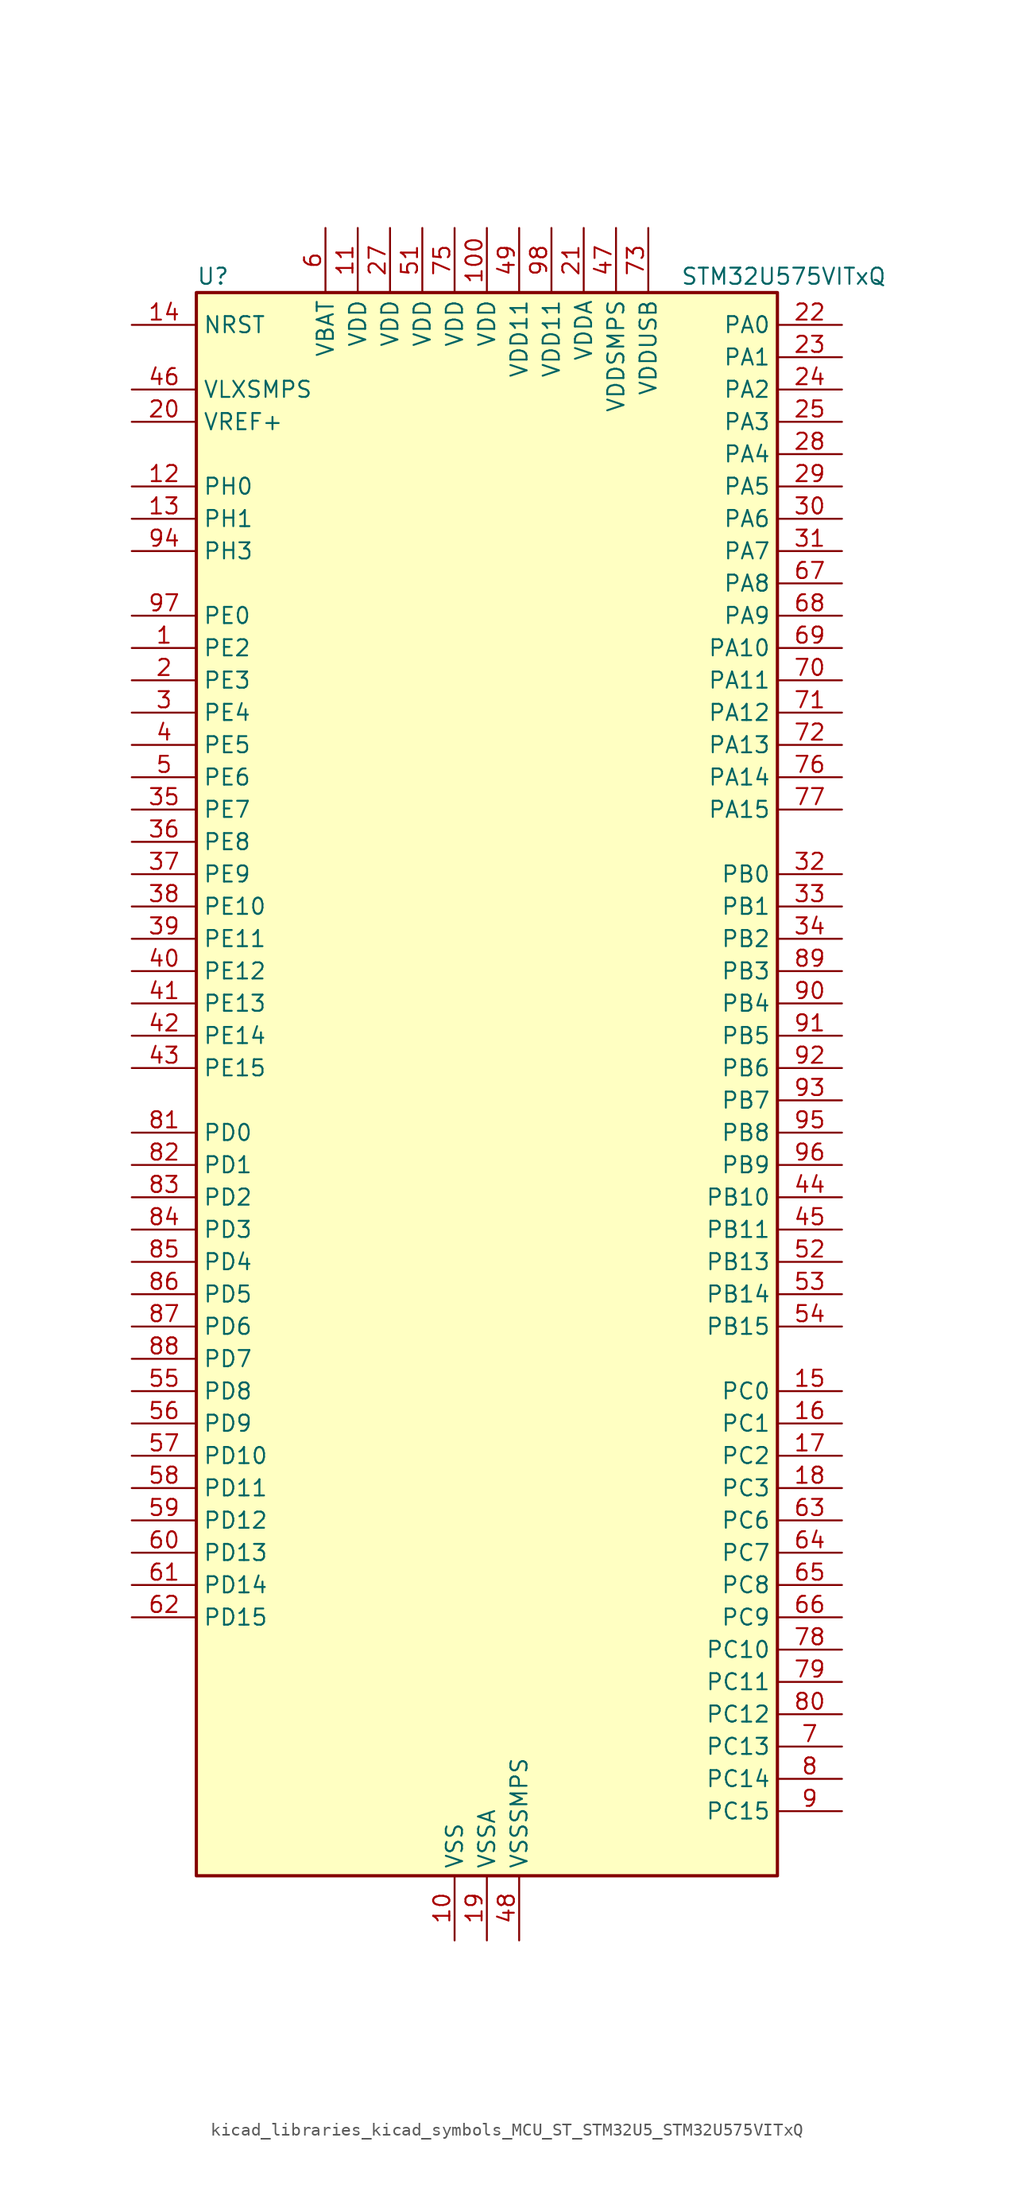
<source format=kicad_sym>
(kicad_symbol_lib
  (version 20220914)
  (generator kicad_symbol_editor)
  (symbol "kicad_libraries_kicad_symbols_MCU_ST_STM32U5_STM32U575VITxQ"
    (property "Reference" "U"
      (at -22.86 64.77 0)
      (effects (font (size 1.27 1.27)) (justify left)))
    (property "Value" "STM32U575VITxQ"
      (at 15.24 64.77 0)
      (effects (font (size 1.27 1.27)) (justify left)))
    (property "ki_locked" ""
      (at 0 0 0)
      (effects (font (size 1.27 1.27))))
    (symbol "kicad_libraries_kicad_symbols_MCU_ST_STM32U5_STM32U575VITxQ_0_1"
      (rectangle (start -22.86 -60.96) (end 22.86 63.5) (stroke (width 0.254) (type default)) (fill (type background))))
    (symbol "kicad_libraries_kicad_symbols_MCU_ST_STM32U5_STM32U575VITxQ_1_1"
      (pin bidirectional line (at -27.94 35.56 0) (length 5.08) (name "PE2" (effects (font (size 1.27 1.27)))) (number "1" (effects (font (size 1.27 1.27)))) (alternate "DEBUG_TRACECLK" bidirectional line) (alternate "FMC_A23" bidirectional line) (alternate "SAI1_CK1" bidirectional line) (alternate "SAI1_MCLK_A" bidirectional line) (alternate "TIM3_ETR" bidirectional line) (alternate "TSC_G7_IO1" bidirectional line))
      (pin power_in line (at -2.54 -66.04 90) (length 5.08) (name "VSS" (effects (font (size 1.27 1.27)))) (number "10" (effects (font (size 1.27 1.27)))))
      (pin power_in line (at 0 68.58 270) (length 5.08) (name "VDD" (effects (font (size 1.27 1.27)))) (number "100" (effects (font (size 1.27 1.27)))))
      (pin power_in line (at -10.16 68.58 270) (length 5.08) (name "VDD" (effects (font (size 1.27 1.27)))) (number "11" (effects (font (size 1.27 1.27)))))
      (pin bidirectional line (at -27.94 48.26 0) (length 5.08) (name "PH0" (effects (font (size 1.27 1.27)))) (number "12" (effects (font (size 1.27 1.27)))) (alternate "RCC_OSC_IN" bidirectional line))
      (pin bidirectional line (at -27.94 45.72 0) (length 5.08) (name "PH1" (effects (font (size 1.27 1.27)))) (number "13" (effects (font (size 1.27 1.27)))) (alternate "RCC_OSC_OUT" bidirectional line))
      (pin input line (at -27.94 60.96 0) (length 5.08) (name "NRST" (effects (font (size 1.27 1.27)))) (number "14" (effects (font (size 1.27 1.27)))))
      (pin bidirectional line (at 27.94 -22.86 180) (length 5.08) (name "PC0" (effects (font (size 1.27 1.27)))) (number "15" (effects (font (size 1.27 1.27)))) (alternate "ADC1_IN1" bidirectional line) (alternate "ADC4_IN1" bidirectional line) (alternate "I2C3_SCL" bidirectional line) (alternate "LPTIM1_IN1" bidirectional line) (alternate "LPTIM2_IN1" bidirectional line) (alternate "LPUART1_RX" bidirectional line) (alternate "MDF1_SDI4" bidirectional line) (alternate "OCTOSPIM_P1_IO7" bidirectional line) (alternate "SAI2_FS_A" bidirectional line) (alternate "SDMMC1_D5" bidirectional line) (alternate "SPI2_RDY" bidirectional line))
      (pin bidirectional line (at 27.94 -25.4 180) (length 5.08) (name "PC1" (effects (font (size 1.27 1.27)))) (number "16" (effects (font (size 1.27 1.27)))) (alternate "ADC1_IN2" bidirectional line) (alternate "ADC4_IN2" bidirectional line) (alternate "DEBUG_TRACED0" bidirectional line) (alternate "I2C3_SDA" bidirectional line) (alternate "LPTIM1_CH1" bidirectional line) (alternate "LPUART1_TX" bidirectional line) (alternate "MDF1_CKI4" bidirectional line) (alternate "OCTOSPIM_P1_IO4" bidirectional line) (alternate "SAI1_SD_A" bidirectional line) (alternate "SDMMC2_CK" bidirectional line) (alternate "SPI2_MOSI" bidirectional line))
      (pin bidirectional line (at 27.94 -27.94 180) (length 5.08) (name "PC2" (effects (font (size 1.27 1.27)))) (number "17" (effects (font (size 1.27 1.27)))) (alternate "ADC1_IN3" bidirectional line) (alternate "ADC4_IN3" bidirectional line) (alternate "LPTIM1_IN2" bidirectional line) (alternate "MDF1_CCK1" bidirectional line) (alternate "OCTOSPIM_P1_IO5" bidirectional line) (alternate "SPI2_MISO" bidirectional line))
      (pin bidirectional line (at 27.94 -30.48 180) (length 5.08) (name "PC3" (effects (font (size 1.27 1.27)))) (number "18" (effects (font (size 1.27 1.27)))) (alternate "ADC1_IN4" bidirectional line) (alternate "ADC4_IN4" bidirectional line) (alternate "LPTIM1_ETR" bidirectional line) (alternate "LPTIM2_ETR" bidirectional line) (alternate "LPTIM3_CH1" bidirectional line) (alternate "OCTOSPIM_P1_IO6" bidirectional line) (alternate "SAI1_D1" bidirectional line) (alternate "SAI1_SD_A" bidirectional line) (alternate "SPI2_MOSI" bidirectional line))
      (pin power_in line (at 0 -66.04 90) (length 5.08) (name "VSSA" (effects (font (size 1.27 1.27)))) (number "19" (effects (font (size 1.27 1.27)))))
      (pin bidirectional line (at -27.94 33.02 0) (length 5.08) (name "PE3" (effects (font (size 1.27 1.27)))) (number "2" (effects (font (size 1.27 1.27)))) (alternate "DEBUG_TRACED0" bidirectional line) (alternate "FMC_A19" bidirectional line) (alternate "OCTOSPIM_P1_DQS" bidirectional line) (alternate "SAI1_SD_B" bidirectional line) (alternate "TAMP_IN6" bidirectional line) (alternate "TAMP_OUT3" bidirectional line) (alternate "TIM3_CH1" bidirectional line) (alternate "TSC_G7_IO2" bidirectional line))
      (pin input line (at -27.94 53.34 0) (length 5.08) (name "VREF+" (effects (font (size 1.27 1.27)))) (number "20" (effects (font (size 1.27 1.27)))) (alternate "VREFBUF_OUT" bidirectional line))
      (pin power_in line (at 7.62 68.58 270) (length 5.08) (name "VDDA" (effects (font (size 1.27 1.27)))) (number "21" (effects (font (size 1.27 1.27)))))
      (pin bidirectional line (at 27.94 60.96 180) (length 5.08) (name "PA0" (effects (font (size 1.27 1.27)))) (number "22" (effects (font (size 1.27 1.27)))) (alternate "ADC1_IN5" bidirectional line) (alternate "AUDIOCLK" bidirectional line) (alternate "OCTOSPIM_P2_NCS" bidirectional line) (alternate "OPAMP1_VINP" bidirectional line) (alternate "PWR_WKUP1" bidirectional line) (alternate "SDMMC2_CMD" bidirectional line) (alternate "SPI3_RDY" bidirectional line) (alternate "TAMP_IN2" bidirectional line) (alternate "TAMP_OUT1" bidirectional line) (alternate "TIM2_CH1" bidirectional line) (alternate "TIM2_ETR" bidirectional line) (alternate "TIM5_CH1" bidirectional line) (alternate "TIM8_ETR" bidirectional line) (alternate "UART4_TX" bidirectional line) (alternate "USART2_CTS" bidirectional line))
      (pin bidirectional line (at 27.94 58.42 180) (length 5.08) (name "PA1" (effects (font (size 1.27 1.27)))) (number "23" (effects (font (size 1.27 1.27)))) (alternate "ADC1_IN6" bidirectional line) (alternate "I2C1_SMBA" bidirectional line) (alternate "LPTIM1_CH2" bidirectional line) (alternate "OCTOSPIM_P1_DQS" bidirectional line) (alternate "OPAMP1_VINM" bidirectional line) (alternate "PWR_WKUP3" bidirectional line) (alternate "SPI1_SCK" bidirectional line) (alternate "TAMP_IN5" bidirectional line) (alternate "TAMP_OUT4" bidirectional line) (alternate "TIM15_CH1N" bidirectional line) (alternate "TIM2_CH2" bidirectional line) (alternate "TIM5_CH2" bidirectional line) (alternate "UART4_RX" bidirectional line) (alternate "USART2_DE" bidirectional line) (alternate "USART2_RTS" bidirectional line))
      (pin bidirectional line (at 27.94 55.88 180) (length 5.08) (name "PA2" (effects (font (size 1.27 1.27)))) (number "24" (effects (font (size 1.27 1.27)))) (alternate "ADC1_IN7" bidirectional line) (alternate "COMP1_INP" bidirectional line) (alternate "LPUART1_TX" bidirectional line) (alternate "OCTOSPIM_P1_NCS" bidirectional line) (alternate "PWR_WKUP4" bidirectional line) (alternate "RCC_LSCO" bidirectional line) (alternate "SPI1_RDY" bidirectional line) (alternate "TIM15_CH1" bidirectional line) (alternate "TIM2_CH3" bidirectional line) (alternate "TIM5_CH3" bidirectional line) (alternate "UCPD1_FRSTX1" bidirectional line) (alternate "USART2_TX" bidirectional line))
      (pin bidirectional line (at 27.94 53.34 180) (length 5.08) (name "PA3" (effects (font (size 1.27 1.27)))) (number "25" (effects (font (size 1.27 1.27)))) (alternate "ADC1_IN8" bidirectional line) (alternate "LPUART1_RX" bidirectional line) (alternate "OCTOSPIM_P1_CLK" bidirectional line) (alternate "OPAMP1_VOUT" bidirectional line) (alternate "PWR_WKUP5" bidirectional line) (alternate "SAI1_CK1" bidirectional line) (alternate "SAI1_MCLK_A" bidirectional line) (alternate "TIM15_CH2" bidirectional line) (alternate "TIM2_CH4" bidirectional line) (alternate "TIM5_CH4" bidirectional line) (alternate "USART2_RX" bidirectional line))
      (pin passive line (at -2.54 -66.04 90) (length 5.08) hide (name "VSS" (effects (font (size 1.27 1.27)))) (number "26" (effects (font (size 1.27 1.27)))))
      (pin power_in line (at -7.62 68.58 270) (length 5.08) (name "VDD" (effects (font (size 1.27 1.27)))) (number "27" (effects (font (size 1.27 1.27)))))
      (pin bidirectional line (at 27.94 50.8 180) (length 5.08) (name "PA4" (effects (font (size 1.27 1.27)))) (number "28" (effects (font (size 1.27 1.27)))) (alternate "ADC1_IN9" bidirectional line) (alternate "ADC4_IN9" bidirectional line) (alternate "DAC1_OUT1" bidirectional line) (alternate "DCMI_HSYNC" bidirectional line) (alternate "LPTIM2_CH1" bidirectional line) (alternate "OCTOSPIM_P1_NCS" bidirectional line) (alternate "PSSI_DE" bidirectional line) (alternate "PWR_WKUP2" bidirectional line) (alternate "SAI1_FS_B" bidirectional line) (alternate "SPI1_NSS" bidirectional line) (alternate "SPI3_NSS" bidirectional line) (alternate "USART2_CK" bidirectional line))
      (pin bidirectional line (at 27.94 48.26 180) (length 5.08) (name "PA5" (effects (font (size 1.27 1.27)))) (number "29" (effects (font (size 1.27 1.27)))) (alternate "ADC1_IN10" bidirectional line) (alternate "ADC4_IN10" bidirectional line) (alternate "DAC1_OUT2" bidirectional line) (alternate "LPTIM2_ETR" bidirectional line) (alternate "PSSI_D14" bidirectional line) (alternate "PWR_CSLEEP" bidirectional line) (alternate "PWR_WKUP6" bidirectional line) (alternate "SPI1_SCK" bidirectional line) (alternate "TIM2_CH1" bidirectional line) (alternate "TIM2_ETR" bidirectional line) (alternate "TIM8_CH1N" bidirectional line) (alternate "USART3_RX" bidirectional line))
      (pin bidirectional line (at -27.94 30.48 0) (length 5.08) (name "PE4" (effects (font (size 1.27 1.27)))) (number "3" (effects (font (size 1.27 1.27)))) (alternate "DCMI_D4" bidirectional line) (alternate "DEBUG_TRACED1" bidirectional line) (alternate "FMC_A20" bidirectional line) (alternate "MDF1_SDI3" bidirectional line) (alternate "PSSI_D4" bidirectional line) (alternate "PWR_WKUP1" bidirectional line) (alternate "SAI1_D2" bidirectional line) (alternate "SAI1_FS_A" bidirectional line) (alternate "TAMP_IN7" bidirectional line) (alternate "TAMP_OUT8" bidirectional line) (alternate "TIM3_CH2" bidirectional line) (alternate "TSC_G7_IO3" bidirectional line))
      (pin bidirectional line (at 27.94 45.72 180) (length 5.08) (name "PA6" (effects (font (size 1.27 1.27)))) (number "30" (effects (font (size 1.27 1.27)))) (alternate "ADC1_IN11" bidirectional line) (alternate "ADC4_IN11" bidirectional line) (alternate "DCMI_PIXCLK" bidirectional line) (alternate "LPUART1_CTS" bidirectional line) (alternate "OCTOSPIM_P1_IO3" bidirectional line) (alternate "OPAMP2_VINP" bidirectional line) (alternate "PSSI_PDCK" bidirectional line) (alternate "PWR_CDSTOP" bidirectional line) (alternate "PWR_WKUP7" bidirectional line) (alternate "SPI1_MISO" bidirectional line) (alternate "TIM16_CH1" bidirectional line) (alternate "TIM1_BKIN" bidirectional line) (alternate "TIM3_CH1" bidirectional line) (alternate "TIM8_BKIN" bidirectional line) (alternate "USART3_CTS" bidirectional line))
      (pin bidirectional line (at 27.94 43.18 180) (length 5.08) (name "PA7" (effects (font (size 1.27 1.27)))) (number "31" (effects (font (size 1.27 1.27)))) (alternate "ADC1_IN12" bidirectional line) (alternate "ADC4_IN20" bidirectional line) (alternate "I2C3_SCL" bidirectional line) (alternate "LPTIM2_CH2" bidirectional line) (alternate "OCTOSPIM_P1_IO2" bidirectional line) (alternate "OPAMP2_VINM" bidirectional line) (alternate "PWR_SRDSTOP" bidirectional line) (alternate "PWR_WKUP8" bidirectional line) (alternate "SPI1_MOSI" bidirectional line) (alternate "TIM17_CH1" bidirectional line) (alternate "TIM1_CH1N" bidirectional line) (alternate "TIM3_CH2" bidirectional line) (alternate "TIM8_CH1N" bidirectional line) (alternate "USART3_TX" bidirectional line))
      (pin bidirectional line (at 27.94 17.78 180) (length 5.08) (name "PB0" (effects (font (size 1.27 1.27)))) (number "32" (effects (font (size 1.27 1.27)))) (alternate "ADC1_IN15" bidirectional line) (alternate "ADC4_IN18" bidirectional line) (alternate "AUDIOCLK" bidirectional line) (alternate "COMP1_OUT" bidirectional line) (alternate "LPTIM3_CH1" bidirectional line) (alternate "OCTOSPIM_P1_IO1" bidirectional line) (alternate "OPAMP2_VOUT" bidirectional line) (alternate "SPI1_NSS" bidirectional line) (alternate "TIM1_CH2N" bidirectional line) (alternate "TIM3_CH3" bidirectional line) (alternate "TIM8_CH2N" bidirectional line) (alternate "USART3_CK" bidirectional line))
      (pin bidirectional line (at 27.94 15.24 180) (length 5.08) (name "PB1" (effects (font (size 1.27 1.27)))) (number "33" (effects (font (size 1.27 1.27)))) (alternate "ADC1_IN16" bidirectional line) (alternate "ADC4_IN19" bidirectional line) (alternate "COMP1_INM" bidirectional line) (alternate "LPTIM2_IN1" bidirectional line) (alternate "LPTIM3_CH2" bidirectional line) (alternate "LPUART1_DE" bidirectional line) (alternate "LPUART1_RTS" bidirectional line) (alternate "MDF1_SDI0" bidirectional line) (alternate "OCTOSPIM_P1_IO0" bidirectional line) (alternate "PWR_WKUP4" bidirectional line) (alternate "TIM1_CH3N" bidirectional line) (alternate "TIM3_CH4" bidirectional line) (alternate "TIM8_CH3N" bidirectional line) (alternate "USART3_DE" bidirectional line) (alternate "USART3_RTS" bidirectional line))
      (pin bidirectional line (at 27.94 12.7 180) (length 5.08) (name "PB2" (effects (font (size 1.27 1.27)))) (number "34" (effects (font (size 1.27 1.27)))) (alternate "ADC1_IN17" bidirectional line) (alternate "COMP1_INP" bidirectional line) (alternate "I2C3_SMBA" bidirectional line) (alternate "LPTIM1_CH1" bidirectional line) (alternate "MDF1_CKI0" bidirectional line) (alternate "OCTOSPIM_P1_DQS" bidirectional line) (alternate "PWR_WKUP1" bidirectional line) (alternate "RTC_OUT2" bidirectional line) (alternate "SPI1_RDY" bidirectional line) (alternate "TIM8_CH4N" bidirectional line) (alternate "UCPD1_FRSTX1" bidirectional line))
      (pin bidirectional line (at -27.94 22.86 0) (length 5.08) (name "PE7" (effects (font (size 1.27 1.27)))) (number "35" (effects (font (size 1.27 1.27)))) (alternate "FMC_D4" bidirectional line) (alternate "FMC_DA4" bidirectional line) (alternate "MDF1_SDI2" bidirectional line) (alternate "PWR_WKUP6" bidirectional line) (alternate "SAI1_SD_B" bidirectional line) (alternate "TIM1_ETR" bidirectional line))
      (pin bidirectional line (at -27.94 20.32 0) (length 5.08) (name "PE8" (effects (font (size 1.27 1.27)))) (number "36" (effects (font (size 1.27 1.27)))) (alternate "FMC_D5" bidirectional line) (alternate "FMC_DA5" bidirectional line) (alternate "MDF1_CKI2" bidirectional line) (alternate "PWR_WKUP7" bidirectional line) (alternate "SAI1_SCK_B" bidirectional line) (alternate "TIM1_CH1N" bidirectional line))
      (pin bidirectional line (at -27.94 17.78 0) (length 5.08) (name "PE9" (effects (font (size 1.27 1.27)))) (number "37" (effects (font (size 1.27 1.27)))) (alternate "ADF1_CCK0" bidirectional line) (alternate "DAC1_EXTI9" bidirectional line) (alternate "FMC_D6" bidirectional line) (alternate "FMC_DA6" bidirectional line) (alternate "MDF1_CCK0" bidirectional line) (alternate "OCTOSPIM_P1_NCLK" bidirectional line) (alternate "SAI1_FS_B" bidirectional line) (alternate "TIM1_CH1" bidirectional line))
      (pin bidirectional line (at -27.94 15.24 0) (length 5.08) (name "PE10" (effects (font (size 1.27 1.27)))) (number "38" (effects (font (size 1.27 1.27)))) (alternate "ADF1_SDI0" bidirectional line) (alternate "FMC_D7" bidirectional line) (alternate "FMC_DA7" bidirectional line) (alternate "MDF1_SDI4" bidirectional line) (alternate "OCTOSPIM_P1_CLK" bidirectional line) (alternate "SAI1_MCLK_B" bidirectional line) (alternate "TIM1_CH2N" bidirectional line) (alternate "TSC_G5_IO1" bidirectional line))
      (pin bidirectional line (at -27.94 12.7 0) (length 5.08) (name "PE11" (effects (font (size 1.27 1.27)))) (number "39" (effects (font (size 1.27 1.27)))) (alternate "ADC1_EXTI11" bidirectional line) (alternate "FMC_D8" bidirectional line) (alternate "FMC_DA8" bidirectional line) (alternate "MDF1_CKI4" bidirectional line) (alternate "OCTOSPIM_P1_NCS" bidirectional line) (alternate "SPI1_RDY" bidirectional line) (alternate "TIM1_CH2" bidirectional line) (alternate "TSC_G5_IO2" bidirectional line))
      (pin bidirectional line (at -27.94 27.94 0) (length 5.08) (name "PE5" (effects (font (size 1.27 1.27)))) (number "4" (effects (font (size 1.27 1.27)))) (alternate "DCMI_D6" bidirectional line) (alternate "DEBUG_TRACED2" bidirectional line) (alternate "FMC_A21" bidirectional line) (alternate "MDF1_CKI3" bidirectional line) (alternate "PSSI_D6" bidirectional line) (alternate "PWR_WKUP2" bidirectional line) (alternate "SAI1_CK2" bidirectional line) (alternate "SAI1_SCK_A" bidirectional line) (alternate "TAMP_IN8" bidirectional line) (alternate "TAMP_OUT7" bidirectional line) (alternate "TIM3_CH3" bidirectional line) (alternate "TSC_G7_IO4" bidirectional line))
      (pin bidirectional line (at -27.94 10.16 0) (length 5.08) (name "PE12" (effects (font (size 1.27 1.27)))) (number "40" (effects (font (size 1.27 1.27)))) (alternate "FMC_D9" bidirectional line) (alternate "FMC_DA9" bidirectional line) (alternate "MDF1_SDI5" bidirectional line) (alternate "OCTOSPIM_P1_IO0" bidirectional line) (alternate "SPI1_NSS" bidirectional line) (alternate "TIM1_CH3N" bidirectional line) (alternate "TSC_G5_IO3" bidirectional line))
      (pin bidirectional line (at -27.94 7.62 0) (length 5.08) (name "PE13" (effects (font (size 1.27 1.27)))) (number "41" (effects (font (size 1.27 1.27)))) (alternate "FMC_D10" bidirectional line) (alternate "FMC_DA10" bidirectional line) (alternate "MDF1_CKI5" bidirectional line) (alternate "OCTOSPIM_P1_IO1" bidirectional line) (alternate "SPI1_SCK" bidirectional line) (alternate "TIM1_CH3" bidirectional line) (alternate "TSC_G5_IO4" bidirectional line))
      (pin bidirectional line (at -27.94 5.08 0) (length 5.08) (name "PE14" (effects (font (size 1.27 1.27)))) (number "42" (effects (font (size 1.27 1.27)))) (alternate "FMC_D11" bidirectional line) (alternate "FMC_DA11" bidirectional line) (alternate "OCTOSPIM_P1_IO2" bidirectional line) (alternate "SPI1_MISO" bidirectional line) (alternate "TIM1_BKIN2" bidirectional line) (alternate "TIM1_CH4" bidirectional line))
      (pin bidirectional line (at -27.94 2.54 0) (length 5.08) (name "PE15" (effects (font (size 1.27 1.27)))) (number "43" (effects (font (size 1.27 1.27)))) (alternate "ADC1_EXTI15" bidirectional line) (alternate "ADC4_EXTI15" bidirectional line) (alternate "FMC_D12" bidirectional line) (alternate "FMC_DA12" bidirectional line) (alternate "OCTOSPIM_P1_IO3" bidirectional line) (alternate "SPI1_MOSI" bidirectional line) (alternate "TIM1_BKIN" bidirectional line) (alternate "TIM1_CH4N" bidirectional line))
      (pin bidirectional line (at 27.94 -7.62 180) (length 5.08) (name "PB10" (effects (font (size 1.27 1.27)))) (number "44" (effects (font (size 1.27 1.27)))) (alternate "COMP1_OUT" bidirectional line) (alternate "I2C2_SCL" bidirectional line) (alternate "I2C4_SCL" bidirectional line) (alternate "LPTIM3_CH1" bidirectional line) (alternate "LPUART1_RX" bidirectional line) (alternate "OCTOSPIM_P1_CLK" bidirectional line) (alternate "PWR_WKUP8" bidirectional line) (alternate "SAI1_SCK_A" bidirectional line) (alternate "SPI2_SCK" bidirectional line) (alternate "TIM2_CH3" bidirectional line) (alternate "TSC_SYNC" bidirectional line) (alternate "USART3_TX" bidirectional line))
      (pin bidirectional line (at 27.94 -10.16 180) (length 5.08) (name "PB11" (effects (font (size 1.27 1.27)))) (number "45" (effects (font (size 1.27 1.27)))) (alternate "ADC1_EXTI11" bidirectional line) (alternate "COMP2_OUT" bidirectional line) (alternate "I2C2_SDA" bidirectional line) (alternate "I2C4_SDA" bidirectional line) (alternate "LPUART1_TX" bidirectional line) (alternate "OCTOSPIM_P1_NCS" bidirectional line) (alternate "SPI2_RDY" bidirectional line) (alternate "TIM2_CH4" bidirectional line) (alternate "USART3_RX" bidirectional line))
      (pin power_in line (at -27.94 55.88 0) (length 5.08) (name "VLXSMPS" (effects (font (size 1.27 1.27)))) (number "46" (effects (font (size 1.27 1.27)))))
      (pin power_in line (at 10.16 68.58 270) (length 5.08) (name "VDDSMPS" (effects (font (size 1.27 1.27)))) (number "47" (effects (font (size 1.27 1.27)))))
      (pin power_in line (at 2.54 -66.04 90) (length 5.08) (name "VSSSMPS" (effects (font (size 1.27 1.27)))) (number "48" (effects (font (size 1.27 1.27)))))
      (pin power_in line (at 2.54 68.58 270) (length 5.08) (name "VDD11" (effects (font (size 1.27 1.27)))) (number "49" (effects (font (size 1.27 1.27)))))
      (pin bidirectional line (at -27.94 25.4 0) (length 5.08) (name "PE6" (effects (font (size 1.27 1.27)))) (number "5" (effects (font (size 1.27 1.27)))) (alternate "DCMI_D7" bidirectional line) (alternate "DEBUG_TRACED3" bidirectional line) (alternate "FMC_A22" bidirectional line) (alternate "PSSI_D7" bidirectional line) (alternate "PWR_WKUP3" bidirectional line) (alternate "SAI1_D1" bidirectional line) (alternate "SAI1_SD_A" bidirectional line) (alternate "TAMP_IN3" bidirectional line) (alternate "TAMP_OUT6" bidirectional line) (alternate "TIM3_CH4" bidirectional line))
      (pin passive line (at -2.54 -66.04 90) (length 5.08) hide (name "VSS" (effects (font (size 1.27 1.27)))) (number "50" (effects (font (size 1.27 1.27)))))
      (pin power_in line (at -5.08 68.58 270) (length 5.08) (name "VDD" (effects (font (size 1.27 1.27)))) (number "51" (effects (font (size 1.27 1.27)))))
      (pin bidirectional line (at 27.94 -12.7 180) (length 5.08) (name "PB13" (effects (font (size 1.27 1.27)))) (number "52" (effects (font (size 1.27 1.27)))) (alternate "I2C2_SCL" bidirectional line) (alternate "LPTIM3_IN1" bidirectional line) (alternate "LPUART1_CTS" bidirectional line) (alternate "MDF1_CKI1" bidirectional line) (alternate "SAI2_SCK_A" bidirectional line) (alternate "SPI2_SCK" bidirectional line) (alternate "TIM15_CH1N" bidirectional line) (alternate "TIM1_CH1N" bidirectional line) (alternate "TSC_G1_IO2" bidirectional line) (alternate "USART3_CTS" bidirectional line))
      (pin bidirectional line (at 27.94 -15.24 180) (length 5.08) (name "PB14" (effects (font (size 1.27 1.27)))) (number "53" (effects (font (size 1.27 1.27)))) (alternate "I2C2_SDA" bidirectional line) (alternate "LPTIM3_ETR" bidirectional line) (alternate "MDF1_SDI2" bidirectional line) (alternate "SAI2_MCLK_A" bidirectional line) (alternate "SDMMC2_D0" bidirectional line) (alternate "SPI2_MISO" bidirectional line) (alternate "TIM15_CH1" bidirectional line) (alternate "TIM1_CH2N" bidirectional line) (alternate "TIM8_CH2N" bidirectional line) (alternate "TSC_G1_IO3" bidirectional line) (alternate "UCPD1_DBCC2" bidirectional line) (alternate "USART3_DE" bidirectional line) (alternate "USART3_RTS" bidirectional line))
      (pin bidirectional line (at 27.94 -17.78 180) (length 5.08) (name "PB15" (effects (font (size 1.27 1.27)))) (number "54" (effects (font (size 1.27 1.27)))) (alternate "ADC1_EXTI15" bidirectional line) (alternate "ADC4_EXTI15" bidirectional line) (alternate "FMC_NBL1" bidirectional line) (alternate "LPTIM2_IN2" bidirectional line) (alternate "MDF1_CKI2" bidirectional line) (alternate "PWR_WKUP7" bidirectional line) (alternate "RTC_REFIN" bidirectional line) (alternate "SAI2_SD_A" bidirectional line) (alternate "SDMMC2_D1" bidirectional line) (alternate "SPI2_MOSI" bidirectional line) (alternate "TIM15_CH2" bidirectional line) (alternate "TIM1_CH3N" bidirectional line) (alternate "TIM8_CH3N" bidirectional line) (alternate "UCPD1_CC2" bidirectional line))
      (pin bidirectional line (at -27.94 -22.86 0) (length 5.08) (name "PD8" (effects (font (size 1.27 1.27)))) (number "55" (effects (font (size 1.27 1.27)))) (alternate "DCMI_HSYNC" bidirectional line) (alternate "FMC_D13" bidirectional line) (alternate "FMC_DA13" bidirectional line) (alternate "PSSI_DE" bidirectional line) (alternate "USART3_TX" bidirectional line))
      (pin bidirectional line (at -27.94 -25.4 0) (length 5.08) (name "PD9" (effects (font (size 1.27 1.27)))) (number "56" (effects (font (size 1.27 1.27)))) (alternate "DAC1_EXTI9" bidirectional line) (alternate "DCMI_PIXCLK" bidirectional line) (alternate "FMC_D14" bidirectional line) (alternate "FMC_DA14" bidirectional line) (alternate "LPTIM2_IN2" bidirectional line) (alternate "LPTIM3_IN1" bidirectional line) (alternate "PSSI_PDCK" bidirectional line) (alternate "SAI2_MCLK_A" bidirectional line) (alternate "USART3_RX" bidirectional line))
      (pin bidirectional line (at -27.94 -27.94 0) (length 5.08) (name "PD10" (effects (font (size 1.27 1.27)))) (number "57" (effects (font (size 1.27 1.27)))) (alternate "FMC_D15" bidirectional line) (alternate "FMC_DA15" bidirectional line) (alternate "LPTIM2_CH2" bidirectional line) (alternate "LPTIM3_ETR" bidirectional line) (alternate "SAI2_SCK_A" bidirectional line) (alternate "TSC_G6_IO1" bidirectional line) (alternate "USART3_CK" bidirectional line))
      (pin bidirectional line (at -27.94 -30.48 0) (length 5.08) (name "PD11" (effects (font (size 1.27 1.27)))) (number "58" (effects (font (size 1.27 1.27)))) (alternate "ADC1_EXTI11" bidirectional line) (alternate "ADC4_IN15" bidirectional line) (alternate "FMC_A16" bidirectional line) (alternate "FMC_CLE" bidirectional line) (alternate "I2C4_SMBA" bidirectional line) (alternate "LPTIM2_ETR" bidirectional line) (alternate "SAI2_SD_A" bidirectional line) (alternate "TSC_G6_IO2" bidirectional line) (alternate "USART3_CTS" bidirectional line))
      (pin bidirectional line (at -27.94 -33.02 0) (length 5.08) (name "PD12" (effects (font (size 1.27 1.27)))) (number "59" (effects (font (size 1.27 1.27)))) (alternate "ADC4_IN16" bidirectional line) (alternate "FMC_A17" bidirectional line) (alternate "FMC_ALE" bidirectional line) (alternate "I2C4_SCL" bidirectional line) (alternate "LPTIM2_IN1" bidirectional line) (alternate "SAI2_FS_A" bidirectional line) (alternate "TIM4_CH1" bidirectional line) (alternate "TSC_G6_IO3" bidirectional line) (alternate "USART3_DE" bidirectional line) (alternate "USART3_RTS" bidirectional line))
      (pin power_in line (at -12.7 68.58 270) (length 5.08) (name "VBAT" (effects (font (size 1.27 1.27)))) (number "6" (effects (font (size 1.27 1.27)))))
      (pin bidirectional line (at -27.94 -35.56 0) (length 5.08) (name "PD13" (effects (font (size 1.27 1.27)))) (number "60" (effects (font (size 1.27 1.27)))) (alternate "ADC4_IN17" bidirectional line) (alternate "FMC_A18" bidirectional line) (alternate "I2C4_SDA" bidirectional line) (alternate "LPTIM2_CH1" bidirectional line) (alternate "LPTIM4_IN1" bidirectional line) (alternate "TIM4_CH2" bidirectional line) (alternate "TSC_G6_IO4" bidirectional line))
      (pin bidirectional line (at -27.94 -38.1 0) (length 5.08) (name "PD14" (effects (font (size 1.27 1.27)))) (number "61" (effects (font (size 1.27 1.27)))) (alternate "FMC_D0" bidirectional line) (alternate "FMC_DA0" bidirectional line) (alternate "LPTIM3_CH1" bidirectional line) (alternate "TIM4_CH3" bidirectional line))
      (pin bidirectional line (at -27.94 -40.64 0) (length 5.08) (name "PD15" (effects (font (size 1.27 1.27)))) (number "62" (effects (font (size 1.27 1.27)))) (alternate "ADC1_EXTI15" bidirectional line) (alternate "ADC4_EXTI15" bidirectional line) (alternate "FMC_D1" bidirectional line) (alternate "FMC_DA1" bidirectional line) (alternate "LPTIM3_CH2" bidirectional line) (alternate "TIM4_CH4" bidirectional line))
      (pin bidirectional line (at 27.94 -33.02 180) (length 5.08) (name "PC6" (effects (font (size 1.27 1.27)))) (number "63" (effects (font (size 1.27 1.27)))) (alternate "DCMI_D0" bidirectional line) (alternate "MDF1_CKI3" bidirectional line) (alternate "PSSI_D0" bidirectional line) (alternate "PWR_CSLEEP" bidirectional line) (alternate "SAI2_MCLK_A" bidirectional line) (alternate "SDMMC1_D0DIR" bidirectional line) (alternate "SDMMC1_D6" bidirectional line) (alternate "SDMMC2_D6" bidirectional line) (alternate "TIM3_CH1" bidirectional line) (alternate "TIM8_CH1" bidirectional line) (alternate "TSC_G4_IO1" bidirectional line))
      (pin bidirectional line (at 27.94 -35.56 180) (length 5.08) (name "PC7" (effects (font (size 1.27 1.27)))) (number "64" (effects (font (size 1.27 1.27)))) (alternate "DCMI_D1" bidirectional line) (alternate "LPTIM2_CH2" bidirectional line) (alternate "MDF1_SDI3" bidirectional line) (alternate "PSSI_D1" bidirectional line) (alternate "PWR_CDSTOP" bidirectional line) (alternate "SAI2_MCLK_B" bidirectional line) (alternate "SDMMC1_D123DIR" bidirectional line) (alternate "SDMMC1_D7" bidirectional line) (alternate "SDMMC2_D7" bidirectional line) (alternate "TIM3_CH2" bidirectional line) (alternate "TIM8_CH2" bidirectional line) (alternate "TSC_G4_IO2" bidirectional line))
      (pin bidirectional line (at 27.94 -38.1 180) (length 5.08) (name "PC8" (effects (font (size 1.27 1.27)))) (number "65" (effects (font (size 1.27 1.27)))) (alternate "DCMI_D2" bidirectional line) (alternate "LPTIM3_CH1" bidirectional line) (alternate "PSSI_D2" bidirectional line) (alternate "PWR_SRDSTOP" bidirectional line) (alternate "SDMMC1_D0" bidirectional line) (alternate "TIM3_CH3" bidirectional line) (alternate "TIM8_CH3" bidirectional line) (alternate "TSC_G4_IO3" bidirectional line))
      (pin bidirectional line (at 27.94 -40.64 180) (length 5.08) (name "PC9" (effects (font (size 1.27 1.27)))) (number "66" (effects (font (size 1.27 1.27)))) (alternate "DAC1_EXTI9" bidirectional line) (alternate "DCMI_D3" bidirectional line) (alternate "DEBUG_TRACED0" bidirectional line) (alternate "LPTIM3_CH2" bidirectional line) (alternate "PSSI_D3" bidirectional line) (alternate "SDMMC1_D1" bidirectional line) (alternate "TIM3_CH4" bidirectional line) (alternate "TIM8_BKIN2" bidirectional line) (alternate "TIM8_CH4" bidirectional line) (alternate "TSC_G4_IO4" bidirectional line) (alternate "USB_OTG_FS_NOE" bidirectional line))
      (pin bidirectional line (at 27.94 40.64 180) (length 5.08) (name "PA8" (effects (font (size 1.27 1.27)))) (number "67" (effects (font (size 1.27 1.27)))) (alternate "DEBUG_TRACECLK" bidirectional line) (alternate "LPTIM2_CH1" bidirectional line) (alternate "RCC_MCO" bidirectional line) (alternate "SAI1_CK2" bidirectional line) (alternate "SAI1_SCK_A" bidirectional line) (alternate "SPI1_RDY" bidirectional line) (alternate "TIM1_CH1" bidirectional line) (alternate "USART1_CK" bidirectional line) (alternate "USB_OTG_FS_SOF" bidirectional line))
      (pin bidirectional line (at 27.94 38.1 180) (length 5.08) (name "PA9" (effects (font (size 1.27 1.27)))) (number "68" (effects (font (size 1.27 1.27)))) (alternate "DAC1_EXTI9" bidirectional line) (alternate "DCMI_D0" bidirectional line) (alternate "PSSI_D0" bidirectional line) (alternate "SAI1_FS_A" bidirectional line) (alternate "SPI2_SCK" bidirectional line) (alternate "TIM15_BKIN" bidirectional line) (alternate "TIM1_CH2" bidirectional line) (alternate "USART1_TX" bidirectional line) (alternate "USB_OTG_FS_VBUS" bidirectional line))
      (pin bidirectional line (at 27.94 35.56 180) (length 5.08) (name "PA10" (effects (font (size 1.27 1.27)))) (number "69" (effects (font (size 1.27 1.27)))) (alternate "CRS_SYNC" bidirectional line) (alternate "DCMI_D1" bidirectional line) (alternate "LPTIM2_IN2" bidirectional line) (alternate "PSSI_D1" bidirectional line) (alternate "SAI1_D1" bidirectional line) (alternate "SAI1_SD_A" bidirectional line) (alternate "TIM17_BKIN" bidirectional line) (alternate "TIM1_CH3" bidirectional line) (alternate "USART1_RX" bidirectional line) (alternate "USB_OTG_FS_ID" bidirectional line))
      (pin bidirectional line (at 27.94 -50.8 180) (length 5.08) (name "PC13" (effects (font (size 1.27 1.27)))) (number "7" (effects (font (size 1.27 1.27)))) (alternate "PWR_WKUP2" bidirectional line) (alternate "RTC_OUT1" bidirectional line) (alternate "RTC_TS" bidirectional line) (alternate "TAMP_IN1" bidirectional line) (alternate "TAMP_OUT2" bidirectional line))
      (pin bidirectional line (at 27.94 33.02 180) (length 5.08) (name "PA11" (effects (font (size 1.27 1.27)))) (number "70" (effects (font (size 1.27 1.27)))) (alternate "ADC1_EXTI11" bidirectional line) (alternate "FDCAN1_RX" bidirectional line) (alternate "SPI1_MISO" bidirectional line) (alternate "TIM1_BKIN2" bidirectional line) (alternate "TIM1_CH4" bidirectional line) (alternate "USART1_CTS" bidirectional line) (alternate "USB_OTG_FS_DM" bidirectional line))
      (pin bidirectional line (at 27.94 30.48 180) (length 5.08) (name "PA12" (effects (font (size 1.27 1.27)))) (number "71" (effects (font (size 1.27 1.27)))) (alternate "FDCAN1_TX" bidirectional line) (alternate "OCTOSPIM_P2_NCS" bidirectional line) (alternate "SPI1_MOSI" bidirectional line) (alternate "TIM1_ETR" bidirectional line) (alternate "USART1_DE" bidirectional line) (alternate "USART1_RTS" bidirectional line) (alternate "USB_OTG_FS_DP" bidirectional line))
      (pin bidirectional line (at 27.94 27.94 180) (length 5.08) (name "PA13" (effects (font (size 1.27 1.27)))) (number "72" (effects (font (size 1.27 1.27)))) (alternate "DEBUG_JTMS-SWDIO" bidirectional line) (alternate "IR_OUT" bidirectional line) (alternate "SAI1_SD_B" bidirectional line) (alternate "USB_OTG_FS_NOE" bidirectional line))
      (pin power_in line (at 12.7 68.58 270) (length 5.08) (name "VDDUSB" (effects (font (size 1.27 1.27)))) (number "73" (effects (font (size 1.27 1.27)))))
      (pin passive line (at -2.54 -66.04 90) (length 5.08) hide (name "VSS" (effects (font (size 1.27 1.27)))) (number "74" (effects (font (size 1.27 1.27)))))
      (pin power_in line (at -2.54 68.58 270) (length 5.08) (name "VDD" (effects (font (size 1.27 1.27)))) (number "75" (effects (font (size 1.27 1.27)))))
      (pin bidirectional line (at 27.94 25.4 180) (length 5.08) (name "PA14" (effects (font (size 1.27 1.27)))) (number "76" (effects (font (size 1.27 1.27)))) (alternate "DEBUG_JTCK-SWCLK" bidirectional line) (alternate "I2C1_SMBA" bidirectional line) (alternate "I2C4_SMBA" bidirectional line) (alternate "LPTIM1_CH1" bidirectional line) (alternate "SAI1_FS_B" bidirectional line) (alternate "USB_OTG_FS_SOF" bidirectional line))
      (pin bidirectional line (at 27.94 22.86 180) (length 5.08) (name "PA15" (effects (font (size 1.27 1.27)))) (number "77" (effects (font (size 1.27 1.27)))) (alternate "ADC1_EXTI15" bidirectional line) (alternate "ADC4_EXTI15" bidirectional line) (alternate "DEBUG_JTDI" bidirectional line) (alternate "SAI2_FS_B" bidirectional line) (alternate "SPI1_NSS" bidirectional line) (alternate "SPI3_NSS" bidirectional line) (alternate "TIM2_CH1" bidirectional line) (alternate "TIM2_ETR" bidirectional line) (alternate "UART4_DE" bidirectional line) (alternate "UART4_RTS" bidirectional line) (alternate "UCPD1_CC1" bidirectional line) (alternate "USART2_RX" bidirectional line) (alternate "USART3_DE" bidirectional line) (alternate "USART3_RTS" bidirectional line))
      (pin bidirectional line (at 27.94 -43.18 180) (length 5.08) (name "PC10" (effects (font (size 1.27 1.27)))) (number "78" (effects (font (size 1.27 1.27)))) (alternate "ADF1_CCK1" bidirectional line) (alternate "DCMI_D8" bidirectional line) (alternate "DEBUG_TRACED1" bidirectional line) (alternate "LPTIM3_ETR" bidirectional line) (alternate "PSSI_D8" bidirectional line) (alternate "SAI2_SCK_B" bidirectional line) (alternate "SDMMC1_D2" bidirectional line) (alternate "SPI3_SCK" bidirectional line) (alternate "TSC_G3_IO2" bidirectional line) (alternate "UART4_TX" bidirectional line) (alternate "USART3_TX" bidirectional line))
      (pin bidirectional line (at 27.94 -45.72 180) (length 5.08) (name "PC11" (effects (font (size 1.27 1.27)))) (number "79" (effects (font (size 1.27 1.27)))) (alternate "ADC1_EXTI11" bidirectional line) (alternate "ADF1_SDI0" bidirectional line) (alternate "DCMI_D2" bidirectional line) (alternate "DCMI_D4" bidirectional line) (alternate "LPTIM3_IN1" bidirectional line) (alternate "OCTOSPIM_P1_NCS" bidirectional line) (alternate "PSSI_D2" bidirectional line) (alternate "PSSI_D4" bidirectional line) (alternate "SAI2_MCLK_B" bidirectional line) (alternate "SDMMC1_D3" bidirectional line) (alternate "SPI3_MISO" bidirectional line) (alternate "TSC_G3_IO3" bidirectional line) (alternate "UART4_RX" bidirectional line) (alternate "UCPD1_FRSTX2" bidirectional line) (alternate "USART3_RX" bidirectional line))
      (pin bidirectional line (at 27.94 -53.34 180) (length 5.08) (name "PC14" (effects (font (size 1.27 1.27)))) (number "8" (effects (font (size 1.27 1.27)))) (alternate "RCC_OSC32_IN" bidirectional line))
      (pin bidirectional line (at 27.94 -48.26 180) (length 5.08) (name "PC12" (effects (font (size 1.27 1.27)))) (number "80" (effects (font (size 1.27 1.27)))) (alternate "DCMI_D9" bidirectional line) (alternate "DEBUG_TRACED3" bidirectional line) (alternate "PSSI_D9" bidirectional line) (alternate "SAI2_SD_B" bidirectional line) (alternate "SDMMC1_CK" bidirectional line) (alternate "SPI3_MOSI" bidirectional line) (alternate "TSC_G3_IO4" bidirectional line) (alternate "UART5_TX" bidirectional line) (alternate "USART3_CK" bidirectional line))
      (pin bidirectional line (at -27.94 -2.54 0) (length 5.08) (name "PD0" (effects (font (size 1.27 1.27)))) (number "81" (effects (font (size 1.27 1.27)))) (alternate "FDCAN1_RX" bidirectional line) (alternate "FMC_D2" bidirectional line) (alternate "FMC_DA2" bidirectional line) (alternate "SPI2_NSS" bidirectional line) (alternate "TIM8_CH4N" bidirectional line))
      (pin bidirectional line (at -27.94 -5.08 0) (length 5.08) (name "PD1" (effects (font (size 1.27 1.27)))) (number "82" (effects (font (size 1.27 1.27)))) (alternate "FDCAN1_TX" bidirectional line) (alternate "FMC_D3" bidirectional line) (alternate "FMC_DA3" bidirectional line) (alternate "SPI2_SCK" bidirectional line))
      (pin bidirectional line (at -27.94 -7.62 0) (length 5.08) (name "PD2" (effects (font (size 1.27 1.27)))) (number "83" (effects (font (size 1.27 1.27)))) (alternate "DCMI_D11" bidirectional line) (alternate "DEBUG_TRACED2" bidirectional line) (alternate "LPTIM4_ETR" bidirectional line) (alternate "PSSI_D11" bidirectional line) (alternate "SDMMC1_CMD" bidirectional line) (alternate "TIM3_ETR" bidirectional line) (alternate "TSC_SYNC" bidirectional line) (alternate "UART5_RX" bidirectional line) (alternate "USART3_DE" bidirectional line) (alternate "USART3_RTS" bidirectional line))
      (pin bidirectional line (at -27.94 -10.16 0) (length 5.08) (name "PD3" (effects (font (size 1.27 1.27)))) (number "84" (effects (font (size 1.27 1.27)))) (alternate "DCMI_D5" bidirectional line) (alternate "FMC_CLK" bidirectional line) (alternate "MDF1_SDI0" bidirectional line) (alternate "OCTOSPIM_P2_NCS" bidirectional line) (alternate "PSSI_D5" bidirectional line) (alternate "SPI2_MISO" bidirectional line) (alternate "SPI2_SCK" bidirectional line) (alternate "USART2_CTS" bidirectional line))
      (pin bidirectional line (at -27.94 -12.7 0) (length 5.08) (name "PD4" (effects (font (size 1.27 1.27)))) (number "85" (effects (font (size 1.27 1.27)))) (alternate "FMC_NOE" bidirectional line) (alternate "MDF1_CKI0" bidirectional line) (alternate "OCTOSPIM_P1_IO4" bidirectional line) (alternate "SPI2_MOSI" bidirectional line) (alternate "USART2_DE" bidirectional line) (alternate "USART2_RTS" bidirectional line))
      (pin bidirectional line (at -27.94 -15.24 0) (length 5.08) (name "PD5" (effects (font (size 1.27 1.27)))) (number "86" (effects (font (size 1.27 1.27)))) (alternate "FMC_NWE" bidirectional line) (alternate "OCTOSPIM_P1_IO5" bidirectional line) (alternate "SPI2_RDY" bidirectional line) (alternate "USART2_TX" bidirectional line))
      (pin bidirectional line (at -27.94 -17.78 0) (length 5.08) (name "PD6" (effects (font (size 1.27 1.27)))) (number "87" (effects (font (size 1.27 1.27)))) (alternate "DCMI_D10" bidirectional line) (alternate "FMC_NWAIT" bidirectional line) (alternate "MDF1_SDI1" bidirectional line) (alternate "OCTOSPIM_P1_IO6" bidirectional line) (alternate "PSSI_D10" bidirectional line) (alternate "SAI1_D1" bidirectional line) (alternate "SAI1_SD_A" bidirectional line) (alternate "SDMMC2_CK" bidirectional line) (alternate "SPI3_MOSI" bidirectional line) (alternate "USART2_RX" bidirectional line))
      (pin bidirectional line (at -27.94 -20.32 0) (length 5.08) (name "PD7" (effects (font (size 1.27 1.27)))) (number "88" (effects (font (size 1.27 1.27)))) (alternate "FMC_NCE" bidirectional line) (alternate "FMC_NE1" bidirectional line) (alternate "LPTIM4_OUT" bidirectional line) (alternate "MDF1_CKI1" bidirectional line) (alternate "OCTOSPIM_P1_IO7" bidirectional line) (alternate "SDMMC2_CMD" bidirectional line) (alternate "USART2_CK" bidirectional line))
      (pin bidirectional line (at 27.94 10.16 180) (length 5.08) (name "PB3" (effects (font (size 1.27 1.27)))) (number "89" (effects (font (size 1.27 1.27)))) (alternate "ADF1_CCK0" bidirectional line) (alternate "COMP2_INM" bidirectional line) (alternate "CRS_SYNC" bidirectional line) (alternate "DEBUG_JTDO-SWO" bidirectional line) (alternate "I2C1_SDA" bidirectional line) (alternate "LPTIM1_CH1" bidirectional line) (alternate "SAI1_SCK_B" bidirectional line) (alternate "SDMMC2_D2" bidirectional line) (alternate "SPI1_SCK" bidirectional line) (alternate "SPI3_SCK" bidirectional line) (alternate "TIM2_CH2" bidirectional line) (alternate "USART1_DE" bidirectional line) (alternate "USART1_RTS" bidirectional line))
      (pin bidirectional line (at 27.94 -55.88 180) (length 5.08) (name "PC15" (effects (font (size 1.27 1.27)))) (number "9" (effects (font (size 1.27 1.27)))) (alternate "ADC1_EXTI15" bidirectional line) (alternate "ADC4_EXTI15" bidirectional line) (alternate "RCC_OSC32_OUT" bidirectional line))
      (pin bidirectional line (at 27.94 7.62 180) (length 5.08) (name "PB4" (effects (font (size 1.27 1.27)))) (number "90" (effects (font (size 1.27 1.27)))) (alternate "ADF1_SDI0" bidirectional line) (alternate "COMP2_INP" bidirectional line) (alternate "DCMI_D12" bidirectional line) (alternate "DEBUG_JTRST" bidirectional line) (alternate "I2C3_SDA" bidirectional line) (alternate "LPTIM1_CH2" bidirectional line) (alternate "PSSI_D12" bidirectional line) (alternate "SAI1_MCLK_B" bidirectional line) (alternate "SDMMC2_D3" bidirectional line) (alternate "SPI1_MISO" bidirectional line) (alternate "SPI3_MISO" bidirectional line) (alternate "TIM17_BKIN" bidirectional line) (alternate "TIM3_CH1" bidirectional line) (alternate "TSC_G2_IO1" bidirectional line) (alternate "UART5_DE" bidirectional line) (alternate "UART5_RTS" bidirectional line) (alternate "USART1_CTS" bidirectional line))
      (pin bidirectional line (at 27.94 5.08 180) (length 5.08) (name "PB5" (effects (font (size 1.27 1.27)))) (number "91" (effects (font (size 1.27 1.27)))) (alternate "COMP2_OUT" bidirectional line) (alternate "DCMI_D10" bidirectional line) (alternate "I2C1_SMBA" bidirectional line) (alternate "LPTIM1_IN1" bidirectional line) (alternate "OCTOSPIM_P1_NCLK" bidirectional line) (alternate "PSSI_D10" bidirectional line) (alternate "PWR_WKUP6" bidirectional line) (alternate "SAI1_SD_B" bidirectional line) (alternate "SPI1_MOSI" bidirectional line) (alternate "SPI3_MOSI" bidirectional line) (alternate "TIM16_BKIN" bidirectional line) (alternate "TIM3_CH2" bidirectional line) (alternate "TSC_G2_IO2" bidirectional line) (alternate "UART5_CTS" bidirectional line) (alternate "UCPD1_DBCC1" bidirectional line) (alternate "USART1_CK" bidirectional line))
      (pin bidirectional line (at 27.94 2.54 180) (length 5.08) (name "PB6" (effects (font (size 1.27 1.27)))) (number "92" (effects (font (size 1.27 1.27)))) (alternate "COMP2_INP" bidirectional line) (alternate "DCMI_D5" bidirectional line) (alternate "I2C1_SCL" bidirectional line) (alternate "I2C4_SCL" bidirectional line) (alternate "LPTIM1_ETR" bidirectional line) (alternate "MDF1_SDI5" bidirectional line) (alternate "PSSI_D5" bidirectional line) (alternate "PWR_WKUP3" bidirectional line) (alternate "SAI1_FS_B" bidirectional line) (alternate "TIM16_CH1N" bidirectional line) (alternate "TIM4_CH1" bidirectional line) (alternate "TIM8_BKIN2" bidirectional line) (alternate "TSC_G2_IO3" bidirectional line) (alternate "USART1_TX" bidirectional line))
      (pin bidirectional line (at 27.94 0 180) (length 5.08) (name "PB7" (effects (font (size 1.27 1.27)))) (number "93" (effects (font (size 1.27 1.27)))) (alternate "COMP2_INM" bidirectional line) (alternate "DCMI_VSYNC" bidirectional line) (alternate "FMC_NL" bidirectional line) (alternate "I2C1_SDA" bidirectional line) (alternate "I2C4_SDA" bidirectional line) (alternate "LPTIM1_IN2" bidirectional line) (alternate "MDF1_CKI5" bidirectional line) (alternate "PSSI_RDY" bidirectional line) (alternate "PWR_PVD_IN" bidirectional line) (alternate "PWR_WKUP4" bidirectional line) (alternate "TIM17_CH1N" bidirectional line) (alternate "TIM4_CH2" bidirectional line) (alternate "TIM8_BKIN" bidirectional line) (alternate "TSC_G2_IO4" bidirectional line) (alternate "UART4_CTS" bidirectional line) (alternate "USART1_RX" bidirectional line))
      (pin bidirectional line (at -27.94 43.18 0) (length 5.08) (name "PH3" (effects (font (size 1.27 1.27)))) (number "94" (effects (font (size 1.27 1.27)))))
      (pin bidirectional line (at 27.94 -2.54 180) (length 5.08) (name "PB8" (effects (font (size 1.27 1.27)))) (number "95" (effects (font (size 1.27 1.27)))) (alternate "DCMI_D6" bidirectional line) (alternate "FDCAN1_RX" bidirectional line) (alternate "I2C1_SCL" bidirectional line) (alternate "MDF1_CCK0" bidirectional line) (alternate "PSSI_D6" bidirectional line) (alternate "PWR_WKUP5" bidirectional line) (alternate "SAI1_CK1" bidirectional line) (alternate "SAI1_MCLK_A" bidirectional line) (alternate "SDMMC1_CKIN" bidirectional line) (alternate "SDMMC1_D4" bidirectional line) (alternate "SDMMC2_D4" bidirectional line) (alternate "SPI3_RDY" bidirectional line) (alternate "TIM16_CH1" bidirectional line) (alternate "TIM4_CH3" bidirectional line))
      (pin bidirectional line (at 27.94 -5.08 180) (length 5.08) (name "PB9" (effects (font (size 1.27 1.27)))) (number "96" (effects (font (size 1.27 1.27)))) (alternate "DAC1_EXTI9" bidirectional line) (alternate "DCMI_D7" bidirectional line) (alternate "FDCAN1_TX" bidirectional line) (alternate "I2C1_SDA" bidirectional line) (alternate "IR_OUT" bidirectional line) (alternate "PSSI_D7" bidirectional line) (alternate "SAI1_D2" bidirectional line) (alternate "SAI1_FS_A" bidirectional line) (alternate "SDMMC1_CDIR" bidirectional line) (alternate "SDMMC1_D5" bidirectional line) (alternate "SDMMC2_D5" bidirectional line) (alternate "SPI2_NSS" bidirectional line) (alternate "TIM17_CH1" bidirectional line) (alternate "TIM4_CH4" bidirectional line))
      (pin bidirectional line (at -27.94 38.1 0) (length 5.08) (name "PE0" (effects (font (size 1.27 1.27)))) (number "97" (effects (font (size 1.27 1.27)))) (alternate "DCMI_D2" bidirectional line) (alternate "FMC_NBL0" bidirectional line) (alternate "PSSI_D2" bidirectional line) (alternate "TIM16_CH1" bidirectional line) (alternate "TIM4_ETR" bidirectional line))
      (pin power_in line (at 5.08 68.58 270) (length 5.08) (name "VDD11" (effects (font (size 1.27 1.27)))) (number "98" (effects (font (size 1.27 1.27)))))
      (pin passive line (at -2.54 -66.04 90) (length 5.08) hide (name "VSS" (effects (font (size 1.27 1.27)))) (number "99" (effects (font (size 1.27 1.27))))))))
</source>
